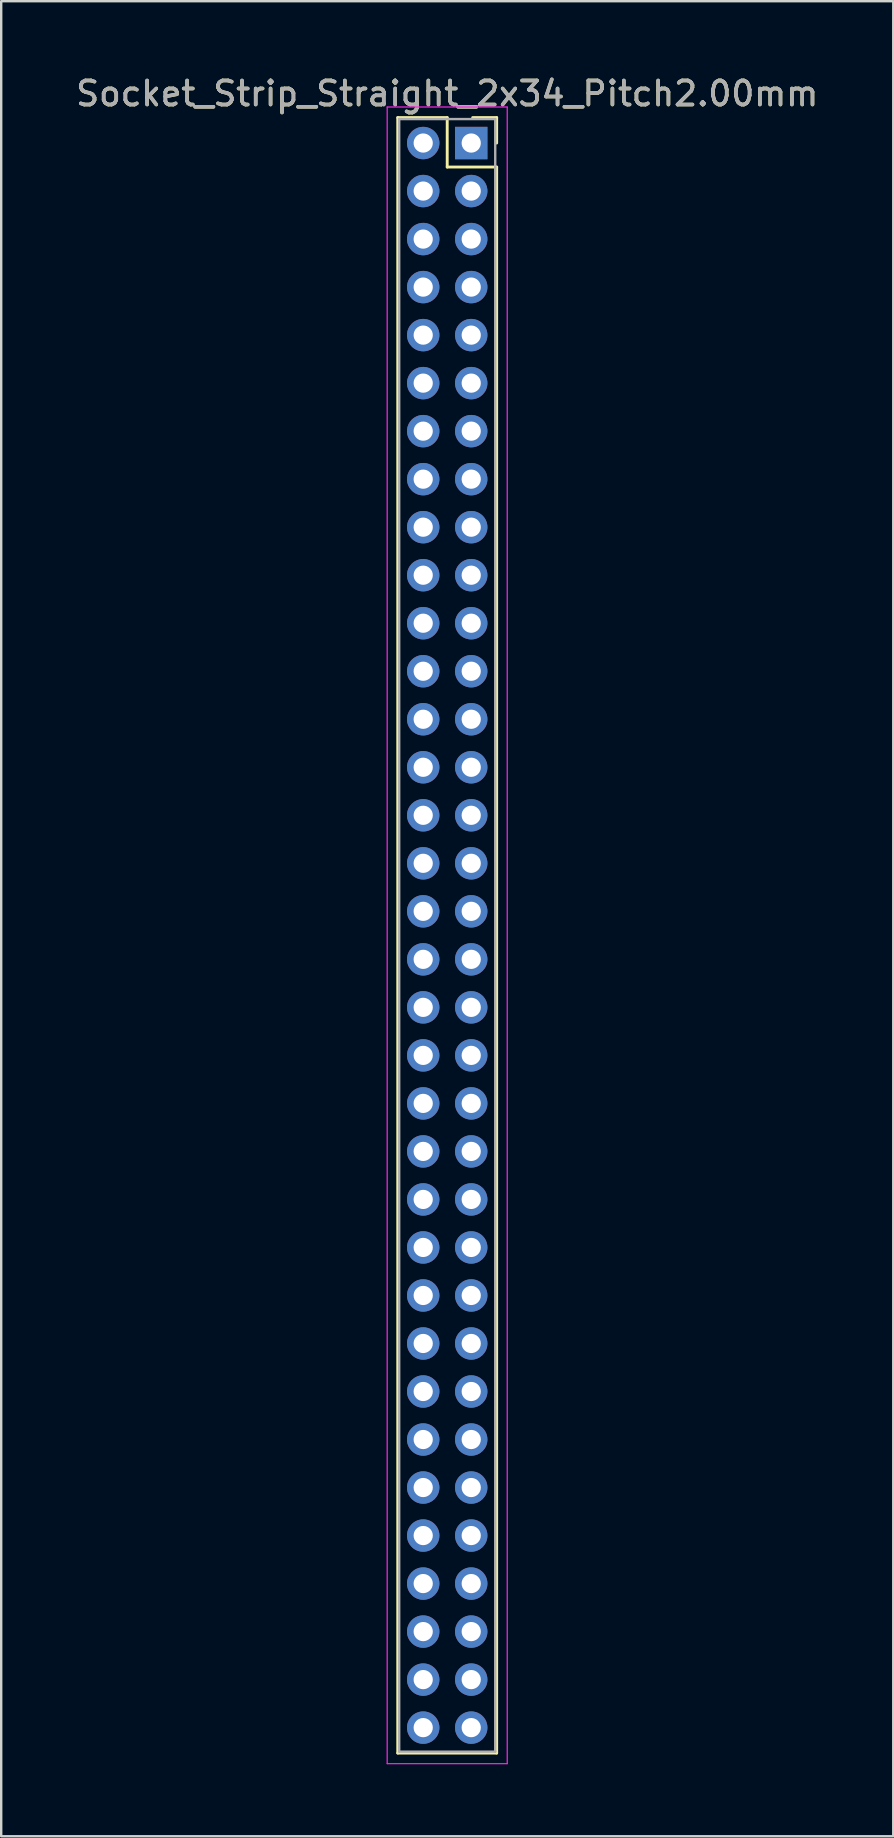
<source format=kicad_pcb>
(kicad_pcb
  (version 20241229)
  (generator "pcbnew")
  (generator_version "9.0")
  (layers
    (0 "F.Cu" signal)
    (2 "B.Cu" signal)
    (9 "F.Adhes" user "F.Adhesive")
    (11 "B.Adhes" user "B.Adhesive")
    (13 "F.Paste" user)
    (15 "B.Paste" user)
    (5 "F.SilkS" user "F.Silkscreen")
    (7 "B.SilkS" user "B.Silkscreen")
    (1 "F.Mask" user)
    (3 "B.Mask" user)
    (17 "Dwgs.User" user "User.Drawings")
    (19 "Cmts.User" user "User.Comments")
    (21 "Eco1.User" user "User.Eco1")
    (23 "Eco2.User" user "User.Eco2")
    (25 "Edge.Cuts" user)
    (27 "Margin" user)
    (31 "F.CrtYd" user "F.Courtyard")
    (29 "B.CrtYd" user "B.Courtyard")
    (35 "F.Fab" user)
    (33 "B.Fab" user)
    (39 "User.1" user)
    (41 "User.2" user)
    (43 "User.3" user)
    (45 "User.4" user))
  (footprint "Socket_Strip_Straight_2x34_Pitch2.00mm"
    (layer "F.Cu")
    (at 16.577 2.908)
    (property "Reference" "Socket_Strip_Straight_2x34_Pitch2.00mm" (at -1 -2.06 0) (layer "F.SilkS") (effects (font (size 1 1) (thickness 0.15))))
    (attr through_hole)
    (fp_line (start -3.06 -1.06) (end -1 -1.06) (stroke (width 0.12) (type solid)) (layer "F.SilkS"))
    (fp_line (start -3.06 67.06) (end -3.06 -1.06) (stroke (width 0.12) (type solid)) (layer "F.SilkS"))
    (fp_line (start -1 -1.06) (end -1 1) (stroke (width 0.12) (type solid)) (layer "F.SilkS"))
    (fp_line (start -1 1) (end 1.06 1) (stroke (width 0.12) (type solid)) (layer "F.SilkS"))
    (fp_line (start 1.06 -1.06) (end 0.06 -1.06) (stroke (width 0.12) (type solid)) (layer "F.SilkS"))
    (fp_line (start 1.06 0) (end 1.06 -1.06) (stroke (width 0.12) (type solid)) (layer "F.SilkS"))
    (fp_line (start 1.06 1) (end 1.06 67.06) (stroke (width 0.12) (type solid)) (layer "F.SilkS"))
    (fp_line (start 1.06 67.06) (end -3.06 67.06) (stroke (width 0.12) (type solid)) (layer "F.SilkS"))
    (fp_line (start -3.5 -1.5) (end -3.5 67.5) (stroke (width 0.05) (type solid)) (layer "F.CrtYd"))
    (fp_line (start -3.5 67.5) (end 1.5 67.5) (stroke (width 0.05) (type solid)) (layer "F.CrtYd"))
    (fp_line (start 1.5 -1.5) (end -3.5 -1.5) (stroke (width 0.05) (type solid)) (layer "F.CrtYd"))
    (fp_line (start 1.5 67.5) (end 1.5 -1.5) (stroke (width 0.05) (type solid)) (layer "F.CrtYd"))
    (fp_line (start -3 -1) (end -3 67) (stroke (width 0.1) (type solid)) (layer "F.Fab"))
    (fp_line (start -3 67) (end 1 67) (stroke (width 0.1) (type solid)) (layer "F.Fab"))
    (fp_line (start 1 -1) (end -3 -1) (stroke (width 0.1) (type solid)) (layer "F.Fab"))
    (fp_line (start 1 67) (end 1 -1) (stroke (width 0.1) (type solid)) (layer "F.Fab"))
    (fp_text user "${REFERENCE}" (at -1 -2.06 0) (layer "F.Fab") (effects (font (size 1 1) (thickness 0.15))))
    (pad "1" thru_hole rect (at 0 0) (size 1.35 1.35) (drill 0.8) (layers "*.Cu" "*.Mask"))
    (pad "2" thru_hole oval (at -2 0) (size 1.35 1.35) (drill 0.8) (layers "*.Cu" "*.Mask"))
    (pad "3" thru_hole oval (at 0 2) (size 1.35 1.35) (drill 0.8) (layers "*.Cu" "*.Mask"))
    (pad "4" thru_hole oval (at -2 2) (size 1.35 1.35) (drill 0.8) (layers "*.Cu" "*.Mask"))
    (pad "5" thru_hole oval (at 0 4) (size 1.35 1.35) (drill 0.8) (layers "*.Cu" "*.Mask"))
    (pad "6" thru_hole oval (at -2 4) (size 1.35 1.35) (drill 0.8) (layers "*.Cu" "*.Mask"))
    (pad "7" thru_hole oval (at 0 6) (size 1.35 1.35) (drill 0.8) (layers "*.Cu" "*.Mask"))
    (pad "8" thru_hole oval (at -2 6) (size 1.35 1.35) (drill 0.8) (layers "*.Cu" "*.Mask"))
    (pad "9" thru_hole oval (at 0 8) (size 1.35 1.35) (drill 0.8) (layers "*.Cu" "*.Mask"))
    (pad "10" thru_hole oval (at -2 8) (size 1.35 1.35) (drill 0.8) (layers "*.Cu" "*.Mask"))
    (pad "11" thru_hole oval (at 0 10) (size 1.35 1.35) (drill 0.8) (layers "*.Cu" "*.Mask"))
    (pad "12" thru_hole oval (at -2 10) (size 1.35 1.35) (drill 0.8) (layers "*.Cu" "*.Mask"))
    (pad "13" thru_hole oval (at 0 12) (size 1.35 1.35) (drill 0.8) (layers "*.Cu" "*.Mask"))
    (pad "14" thru_hole oval (at -2 12) (size 1.35 1.35) (drill 0.8) (layers "*.Cu" "*.Mask"))
    (pad "15" thru_hole oval (at 0 14) (size 1.35 1.35) (drill 0.8) (layers "*.Cu" "*.Mask"))
    (pad "16" thru_hole oval (at -2 14) (size 1.35 1.35) (drill 0.8) (layers "*.Cu" "*.Mask"))
    (pad "17" thru_hole oval (at 0 16) (size 1.35 1.35) (drill 0.8) (layers "*.Cu" "*.Mask"))
    (pad "18" thru_hole oval (at -2 16) (size 1.35 1.35) (drill 0.8) (layers "*.Cu" "*.Mask"))
    (pad "19" thru_hole oval (at 0 18) (size 1.35 1.35) (drill 0.8) (layers "*.Cu" "*.Mask"))
    (pad "20" thru_hole oval (at -2 18) (size 1.35 1.35) (drill 0.8) (layers "*.Cu" "*.Mask"))
    (pad "21" thru_hole oval (at 0 20) (size 1.35 1.35) (drill 0.8) (layers "*.Cu" "*.Mask"))
    (pad "22" thru_hole oval (at -2 20) (size 1.35 1.35) (drill 0.8) (layers "*.Cu" "*.Mask"))
    (pad "23" thru_hole oval (at 0 22) (size 1.35 1.35) (drill 0.8) (layers "*.Cu" "*.Mask"))
    (pad "24" thru_hole oval (at -2 22) (size 1.35 1.35) (drill 0.8) (layers "*.Cu" "*.Mask"))
    (pad "25" thru_hole oval (at 0 24) (size 1.35 1.35) (drill 0.8) (layers "*.Cu" "*.Mask"))
    (pad "26" thru_hole oval (at -2 24) (size 1.35 1.35) (drill 0.8) (layers "*.Cu" "*.Mask"))
    (pad "27" thru_hole oval (at 0 26) (size 1.35 1.35) (drill 0.8) (layers "*.Cu" "*.Mask"))
    (pad "28" thru_hole oval (at -2 26) (size 1.35 1.35) (drill 0.8) (layers "*.Cu" "*.Mask"))
    (pad "29" thru_hole oval (at 0 28) (size 1.35 1.35) (drill 0.8) (layers "*.Cu" "*.Mask"))
    (pad "30" thru_hole oval (at -2 28) (size 1.35 1.35) (drill 0.8) (layers "*.Cu" "*.Mask"))
    (pad "31" thru_hole oval (at 0 30) (size 1.35 1.35) (drill 0.8) (layers "*.Cu" "*.Mask"))
    (pad "32" thru_hole oval (at -2 30) (size 1.35 1.35) (drill 0.8) (layers "*.Cu" "*.Mask"))
    (pad "33" thru_hole oval (at 0 32) (size 1.35 1.35) (drill 0.8) (layers "*.Cu" "*.Mask"))
    (pad "34" thru_hole oval (at -2 32) (size 1.35 1.35) (drill 0.8) (layers "*.Cu" "*.Mask"))
    (pad "35" thru_hole oval (at 0 34) (size 1.35 1.35) (drill 0.8) (layers "*.Cu" "*.Mask"))
    (pad "36" thru_hole oval (at -2 34) (size 1.35 1.35) (drill 0.8) (layers "*.Cu" "*.Mask"))
    (pad "37" thru_hole oval (at 0 36) (size 1.35 1.35) (drill 0.8) (layers "*.Cu" "*.Mask"))
    (pad "38" thru_hole oval (at -2 36) (size 1.35 1.35) (drill 0.8) (layers "*.Cu" "*.Mask"))
    (pad "39" thru_hole oval (at 0 38) (size 1.35 1.35) (drill 0.8) (layers "*.Cu" "*.Mask"))
    (pad "40" thru_hole oval (at -2 38) (size 1.35 1.35) (drill 0.8) (layers "*.Cu" "*.Mask"))
    (pad "41" thru_hole oval (at 0 40) (size 1.35 1.35) (drill 0.8) (layers "*.Cu" "*.Mask"))
    (pad "42" thru_hole oval (at -2 40) (size 1.35 1.35) (drill 0.8) (layers "*.Cu" "*.Mask"))
    (pad "43" thru_hole oval (at 0 42) (size 1.35 1.35) (drill 0.8) (layers "*.Cu" "*.Mask"))
    (pad "44" thru_hole oval (at -2 42) (size 1.35 1.35) (drill 0.8) (layers "*.Cu" "*.Mask"))
    (pad "45" thru_hole oval (at 0 44) (size 1.35 1.35) (drill 0.8) (layers "*.Cu" "*.Mask"))
    (pad "46" thru_hole oval (at -2 44) (size 1.35 1.35) (drill 0.8) (layers "*.Cu" "*.Mask"))
    (pad "47" thru_hole oval (at 0 46) (size 1.35 1.35) (drill 0.8) (layers "*.Cu" "*.Mask"))
    (pad "48" thru_hole oval (at -2 46) (size 1.35 1.35) (drill 0.8) (layers "*.Cu" "*.Mask"))
    (pad "49" thru_hole oval (at 0 48) (size 1.35 1.35) (drill 0.8) (layers "*.Cu" "*.Mask"))
    (pad "50" thru_hole oval (at -2 48) (size 1.35 1.35) (drill 0.8) (layers "*.Cu" "*.Mask"))
    (pad "51" thru_hole oval (at 0 50) (size 1.35 1.35) (drill 0.8) (layers "*.Cu" "*.Mask"))
    (pad "52" thru_hole oval (at -2 50) (size 1.35 1.35) (drill 0.8) (layers "*.Cu" "*.Mask"))
    (pad "53" thru_hole oval (at 0 52) (size 1.35 1.35) (drill 0.8) (layers "*.Cu" "*.Mask"))
    (pad "54" thru_hole oval (at -2 52) (size 1.35 1.35) (drill 0.8) (layers "*.Cu" "*.Mask"))
    (pad "55" thru_hole oval (at 0 54) (size 1.35 1.35) (drill 0.8) (layers "*.Cu" "*.Mask"))
    (pad "56" thru_hole oval (at -2 54) (size 1.35 1.35) (drill 0.8) (layers "*.Cu" "*.Mask"))
    (pad "57" thru_hole oval (at 0 56) (size 1.35 1.35) (drill 0.8) (layers "*.Cu" "*.Mask"))
    (pad "58" thru_hole oval (at -2 56) (size 1.35 1.35) (drill 0.8) (layers "*.Cu" "*.Mask"))
    (pad "59" thru_hole oval (at 0 58) (size 1.35 1.35) (drill 0.8) (layers "*.Cu" "*.Mask"))
    (pad "60" thru_hole oval (at -2 58) (size 1.35 1.35) (drill 0.8) (layers "*.Cu" "*.Mask"))
    (pad "61" thru_hole oval (at 0 60) (size 1.35 1.35) (drill 0.8) (layers "*.Cu" "*.Mask"))
    (pad "62" thru_hole oval (at -2 60) (size 1.35 1.35) (drill 0.8) (layers "*.Cu" "*.Mask"))
    (pad "63" thru_hole oval (at 0 62) (size 1.35 1.35) (drill 0.8) (layers "*.Cu" "*.Mask"))
    (pad "64" thru_hole oval (at -2 62) (size 1.35 1.35) (drill 0.8) (layers "*.Cu" "*.Mask"))
    (pad "65" thru_hole oval (at 0 64) (size 1.35 1.35) (drill 0.8) (layers "*.Cu" "*.Mask"))
    (pad "66" thru_hole oval (at -2 64) (size 1.35 1.35) (drill 0.8) (layers "*.Cu" "*.Mask"))
    (pad "67" thru_hole oval (at 0 66) (size 1.35 1.35) (drill 0.8) (layers "*.Cu" "*.Mask"))
    (pad "68" thru_hole oval (at -2 66) (size 1.35 1.35) (drill 0.8) (layers "*.Cu" "*.Mask")))
  (gr_rect
    (start -3 -3)
    (end 34.155 73.433)
    (stroke (width 0.1) (type default))
    (fill no)
    (layer "Edge.Cuts")))
</source>
